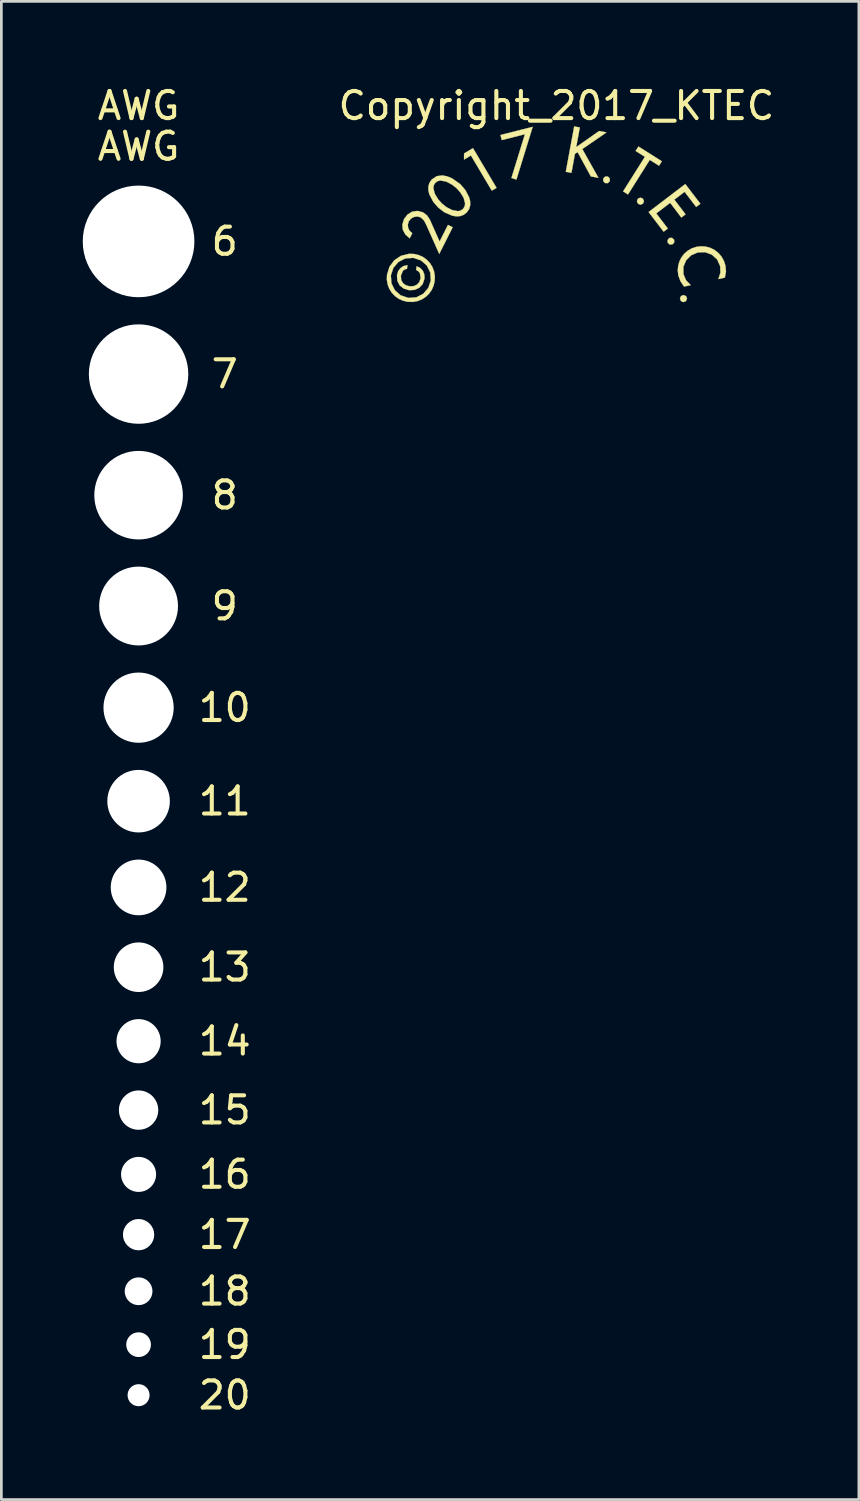
<source format=kicad_pcb>
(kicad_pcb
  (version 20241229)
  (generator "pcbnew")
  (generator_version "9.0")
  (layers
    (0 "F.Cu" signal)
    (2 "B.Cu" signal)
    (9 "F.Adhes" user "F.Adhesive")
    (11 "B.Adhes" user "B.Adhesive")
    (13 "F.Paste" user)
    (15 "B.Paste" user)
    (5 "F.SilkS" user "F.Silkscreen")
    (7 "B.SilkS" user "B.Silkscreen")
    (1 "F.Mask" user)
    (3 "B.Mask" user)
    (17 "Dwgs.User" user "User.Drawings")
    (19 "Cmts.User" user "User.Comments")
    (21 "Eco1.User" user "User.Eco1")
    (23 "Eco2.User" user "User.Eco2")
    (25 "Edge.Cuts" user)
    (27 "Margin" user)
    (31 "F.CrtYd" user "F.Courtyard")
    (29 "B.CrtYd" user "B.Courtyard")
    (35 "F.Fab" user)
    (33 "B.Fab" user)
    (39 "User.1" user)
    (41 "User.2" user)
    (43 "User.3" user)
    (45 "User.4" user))
  (footprint "AWG"
    (layer "F.Cu")
    (at 2.058 5.848)
    (property "Reference" "AWG" (at 0 -5 0) (layer "F.SilkS") (effects (font (size 1 1) (thickness 0.15))))
    (attr through_hole)
    (fp_text user "8" (at 3.175 9.354 0) (layer "F.SilkS") (effects (font (size 1 1) (thickness 0.15))))
    (fp_text user "16" (at 3.175 34.39 0) (layer "F.SilkS") (effects (font (size 1 1) (thickness 0.15))))
    (fp_text user "10" (at 3.175 17.186 0) (layer "F.SilkS") (effects (font (size 1 1) (thickness 0.15))))
    (fp_text user "18" (at 3.175 38.697 0) (layer "F.SilkS") (effects (font (size 1 1) (thickness 0.15))))
    (fp_text user "6" (at 3.175 0 0) (layer "F.SilkS") (effects (font (size 1 1) (thickness 0.15))))
    (fp_text user "17" (at 3.175 36.611 0) (layer "F.SilkS") (effects (font (size 1 1) (thickness 0.15))))
    (fp_text user "9" (at 3.175 13.44 0) (layer "F.SilkS") (effects (font (size 1 1) (thickness 0.15))))
    (fp_text user "11" (at 3.175 20.633 0) (layer "F.SilkS") (effects (font (size 1 1) (thickness 0.15))))
    (fp_text user "AWG" (at 0 -3.5 0) (layer "F.SilkS") (effects (font (size 1 1) (thickness 0.15))))
    (fp_text user "19" (at 3.175 40.666 0) (layer "F.SilkS") (effects (font (size 1 1) (thickness 0.15))))
    (fp_text user "12" (at 3.175 23.812 0) (layer "F.SilkS") (effects (font (size 1 1) (thickness 0.15))))
    (fp_text user "7" (at 3.175 4.89 0) (layer "F.SilkS") (effects (font (size 1 1) (thickness 0.15))))
    (fp_text user "13" (at 3.175 26.753 0) (layer "F.SilkS") (effects (font (size 1 1) (thickness 0.15))))
    (fp_text user "15" (at 3.175 32.02 0) (layer "F.SilkS") (effects (font (size 1 1) (thickness 0.15))))
    (fp_text user "14" (at 3.175 29.48 0) (layer "F.SilkS") (effects (font (size 1 1) (thickness 0.15))))
    (fp_text user "20" (at 3.175 42.528 0) (layer "F.SilkS") (effects (font (size 1 1) (thickness 0.15))))
    (pad "" np_thru_hole circle (at 0 0) (size 4.115 4.115) (drill 4.115) (layers "*.Cu"))
    (pad "" np_thru_hole circle (at 0 4.89) (size 3.665 3.665) (drill 3.665) (layers "*.Cu"))
    (pad "" np_thru_hole circle (at 0 9.354) (size 3.264 3.264) (drill 3.264) (layers "*.Cu"))
    (pad "" np_thru_hole circle (at 0 13.44) (size 2.906 2.906) (drill 2.906) (layers "*.Cu"))
    (pad "" np_thru_hole circle (at 0 17.186) (size 2.588 2.588) (drill 2.588) (layers "*.Cu"))
    (pad "" np_thru_hole circle (at 0 20.633) (size 2.305 2.305) (drill 2.305) (layers "*.Cu"))
    (pad "" np_thru_hole circle (at 0 23.812) (size 2.053 2.053) (drill 2.053) (layers "*.Cu"))
    (pad "" np_thru_hole circle (at 0 26.753) (size 1.828 1.828) (drill 1.828) (layers "*.Cu"))
    (pad "" np_thru_hole circle (at 0 29.48) (size 1.628 1.628) (drill 1.628) (layers "*.Cu"))
    (pad "" np_thru_hole circle (at 0 32.02) (size 1.45 1.45) (drill 1.45) (layers "*.Cu"))
    (pad "" np_thru_hole circle (at 0 34.39) (size 1.291 1.291) (drill 1.291) (layers "*.Cu"))
    (pad "" np_thru_hole circle (at 0 36.611) (size 1.15 1.15) (drill 1.15) (layers "*.Cu"))
    (pad "" np_thru_hole circle (at 0 38.697) (size 1.024 1.024) (drill 1.024) (layers "*.Cu"))
    (pad "" np_thru_hole circle (at 0 40.666) (size 0.912 0.912) (drill 0.912) (layers "*.Cu"))
    (pad "" np_thru_hole circle (at 0 42.528) (size 0.812 0.812) (drill 0.812) (layers "*.Cu")))
  (footprint "Copyright_2017_KTEC"
    (layer "F.Cu")
    (at 17.459 4.848)
    (property "Reference" "Copyright_2017_KTEC" (at 0 -4 0) (layer "F.SilkS") (effects (font (size 1 1) (thickness 0.15))))
    (attr through_hole)
    (fp_poly (pts (xy -3.151 -2.167) (xy -2.382 -0.871) (xy -2.207 -0.974) (xy -3.075 -2.437) (xy -3.403 -2.243) (xy -3.405 -2.016) (xy -3.151 -2.167)) (stroke (width 0.01) (type solid)) (fill yes) (layer "F.SilkS"))
    (fp_poly (pts (xy -1.161 -2.951) (xy -1.658 -1.337) (xy -1.474 -1.279) (xy -0.874 -3.224) (xy -2.061 -2.922) (xy -2.014 -2.734) (xy -1.161 -2.951)) (stroke (width 0.01) (type solid)) (fill yes) (layer "F.SilkS"))
    (fp_poly (pts (xy 1.898 -1.391) (xy 1.798 -1.391) (xy 1.727 -1.322) (xy 1.726 -1.222) (xy 1.796 -1.15) (xy 1.896 -1.149) (xy 1.967 -1.219) (xy 1.968 -1.319) (xy 1.898 -1.391)) (stroke (width 0.01) (type solid)) (fill yes) (layer "F.SilkS"))
    (fp_poly (pts (xy 3.441 -2.005) (xy 3.783 -1.789) (xy 3.886 -1.954) (xy 3.024 -2.497) (xy 2.92 -2.333) (xy 3.262 -2.118) (xy 2.458 -0.843) (xy 2.638 -0.73) (xy 3.441 -2.005)) (stroke (width 0.01) (type solid)) (fill yes) (layer "F.SilkS"))
    (fp_poly (pts (xy 4.338 0.935) (xy 4.262 0.869) (xy 4.163 0.874) (xy 4.097 0.949) (xy 4.103 1.049) (xy 4.177 1.116) (xy 4.277 1.11) (xy 4.343 1.035) (xy 4.338 0.935)) (stroke (width 0.01) (type solid)) (fill yes) (layer "F.SilkS"))
    (fp_poly (pts (xy 4.815 3.11) (xy 4.778 3.017) (xy 4.687 2.977) (xy 4.593 3.014) (xy 4.554 3.105) (xy 4.59 3.198) (xy 4.682 3.238) (xy 4.774 3.202) (xy 4.815 3.11)) (stroke (width 0.01) (type solid)) (fill yes) (layer "F.SilkS"))
    (fp_poly (pts (xy 3.183 -0.581) (xy 3.088 -0.613) (xy 2.999 -0.569) (xy 2.967 -0.474) (xy 3.011 -0.384) (xy 3.106 -0.352) (xy 3.195 -0.396) (xy 3.227 -0.491) (xy 3.183 -0.581) (xy 3.183 -0.581)) (stroke (width 0.01) (type solid)) (fill yes) (layer "F.SilkS"))
    (fp_poly (pts (xy 0.729 -2.475) (xy 0.863 -3.2) (xy 0.655 -3.238) (xy 0.346 -1.566) (xy 0.554 -1.527) (xy 0.683 -2.226) (xy 0.782 -2.29) (xy 1.269 -1.395) (xy 1.55 -1.343) (xy 0.955 -2.405) (xy 1.846 -3.018) (xy 1.573 -3.069) (xy 0.729 -2.475)) (stroke (width 0.01) (type solid)) (fill yes) (layer "F.SilkS"))
    (fp_poly (pts (xy 3.398 -0.083) (xy 3.952 0.643) (xy 4.106 0.526) (xy 3.681 -0.032) (xy 4.192 -0.422) (xy 4.605 0.12) (xy 4.76 0.002) (xy 4.347 -0.54) (xy 4.725 -0.828) (xy 5.151 -0.27) (xy 5.305 -0.388) (xy 4.751 -1.114) (xy 3.398 -0.083)) (stroke (width 0.01) (type solid)) (fill yes) (layer "F.SilkS"))
    (fp_poly (pts (xy -4.306 1.005) (xy -4.665 0.198) (xy -4.769 0.041) (xy -4.92 -0.072) (xy -5.122 -0.125) (xy -5.319 -0.094) (xy -5.49 0.011) (xy -5.617 0.178) (xy -5.679 0.382) (xy -5.66 0.574) (xy -5.568 0.745) (xy -5.408 0.887) (xy -5.313 0.697) (xy -5.407 0.615) (xy -5.463 0.507) (xy -5.477 0.386) (xy -5.444 0.265) (xy -5.364 0.164) (xy -5.253 0.1) (xy -5.128 0.081) (xy -5.003 0.113) (xy -4.88 0.23) (xy -4.799 0.385) (xy -4.318 1.461) (xy -3.824 0.48) (xy -3.997 0.393) (xy -4.306 1.005)) (stroke (width 0.01) (type solid)) (fill yes) (layer "F.SilkS"))
    (fp_poly (pts (xy -5.49 1.874) (xy -5.637 1.909) (xy -5.753 1.987) (xy -5.835 2.102) (xy -5.876 2.246) (xy -5.863 2.455) (xy -5.776 2.622) (xy -5.627 2.739) (xy -5.43 2.798) (xy -5.228 2.788) (xy -5.055 2.709) (xy -4.927 2.569) (xy -4.862 2.371) (xy -4.867 2.222) (xy -4.919 2.088) (xy -5.015 1.982) (xy -5.152 1.916) (xy -5.17 2.053) (xy -5.088 2.099) (xy -5.033 2.166) (xy -5.005 2.353) (xy -5.052 2.498) (xy -5.143 2.597) (xy -5.268 2.65) (xy -5.416 2.654) (xy -5.544 2.618) (xy -5.652 2.542) (xy -5.721 2.425) (xy -5.733 2.266) (xy -5.661 2.087) (xy -5.594 2.034) (xy -5.508 2.01) (xy -5.49 1.874)) (stroke (width 0.01) (type solid)) (fill yes) (layer "F.SilkS"))
    (fp_poly (pts (xy 6.209 2.335) (xy 6.25 2.115) (xy 6.23 1.892) (xy 6.173 1.717) (xy 6.087 1.562) (xy 5.974 1.43) (xy 5.839 1.322) (xy 5.687 1.243) (xy 5.52 1.194) (xy 5.344 1.179) (xy 5.161 1.2) (xy 4.99 1.256) (xy 4.84 1.343) (xy 4.712 1.455) (xy 4.608 1.589) (xy 4.533 1.74) (xy 4.487 1.905) (xy 4.473 2.077) (xy 4.494 2.254) (xy 4.574 2.472) (xy 4.707 2.665) (xy 4.951 2.611) (xy 4.779 2.433) (xy 4.682 2.206) (xy 4.68 1.936) (xy 4.781 1.697) (xy 4.965 1.513) (xy 5.213 1.406) (xy 5.485 1.399) (xy 5.732 1.49) (xy 5.925 1.666) (xy 6.036 1.914) (xy 6.045 2.156) (xy 5.969 2.388) (xy 6.209 2.335)) (stroke (width 0.01) (type solid)) (fill yes) (layer "F.SilkS"))
    (fp_poly (pts (xy -4.198 -1.432) (xy -4.409 -1.406) (xy -4.596 -1.282) (xy -4.682 -1.155) (xy -4.721 -1.018) (xy -4.719 -0.875) (xy -4.683 -0.732) (xy -4.541 -0.461) (xy -4.353 -0.243) (xy -4.124 -0.071) (xy -3.844 0.051) (xy -3.698 0.077) (xy -3.555 0.07) (xy -3.421 0.022) (xy -3.3 -0.072) (xy -3.439 -0.201) (xy -3.525 -0.139) (xy -3.624 -0.115) (xy -3.841 -0.154) (xy -4.052 -0.264) (xy -4.216 -0.393) (xy -4.357 -0.549) (xy -4.482 -0.753) (xy -4.537 -0.968) (xy -4.52 -1.069) (xy -4.464 -1.159) (xy -4.378 -1.221) (xy -4.279 -1.245) (xy -4.06 -1.205) (xy -3.849 -1.093) (xy -3.683 -0.964) (xy -3.544 -0.808) (xy -3.419 -0.606) (xy -3.365 -0.391) (xy -3.383 -0.291) (xy -3.439 -0.201) (xy -3.3 -0.072) (xy -3.215 -0.198) (xy -3.177 -0.336) (xy -3.179 -0.478) (xy -3.215 -0.622) (xy -3.356 -0.893) (xy -3.543 -1.11) (xy -3.84 -1.321) (xy -4.017 -1.395) (xy -4.198 -1.432)) (stroke (width 0.01) (type solid)) (fill yes) (layer "F.SilkS"))
    (fp_poly (pts (xy -5.435 1.458) (xy -5.728 1.531) (xy -5.975 1.695) (xy -6.154 1.935) (xy -6.245 2.233) (xy -6.25 2.415) (xy -6.22 2.587) (xy -6.159 2.747) (xy -6.068 2.891) (xy -5.952 3.015) (xy -5.812 3.114) (xy -5.653 3.186) (xy -5.477 3.226) (xy -5.296 3.231) (xy -5.124 3.201) (xy -4.964 3.139) (xy -4.821 3.048) (xy -4.698 2.932) (xy -4.598 2.792) (xy -4.526 2.632) (xy -4.486 2.455) (xy -4.629 2.437) (xy -4.722 2.715) (xy -4.908 2.931) (xy -5.162 3.061) (xy -5.459 3.083) (xy -5.742 2.987) (xy -5.955 2.798) (xy -6.081 2.544) (xy -6.102 2.251) (xy -6.009 1.973) (xy -5.824 1.758) (xy -5.57 1.628) (xy -5.272 1.606) (xy -4.99 1.701) (xy -4.776 1.89) (xy -4.65 2.145) (xy -4.629 2.437) (xy -4.486 2.455) (xy -4.481 2.274) (xy -4.511 2.101) (xy -4.572 1.941) (xy -4.663 1.797) (xy -4.779 1.674) (xy -4.919 1.574) (xy -5.078 1.503) (xy -5.254 1.462) (xy -5.435 1.458) (xy -5.435 1.458)) (stroke (width 0.01) (type solid)) (fill yes) (layer "F.SilkS")))
  (gr_rect
    (start -3 -3)
    (end 28.608 52.224)
    (stroke (width 0.1) (type default))
    (fill no)
    (layer "Edge.Cuts")))
</source>
